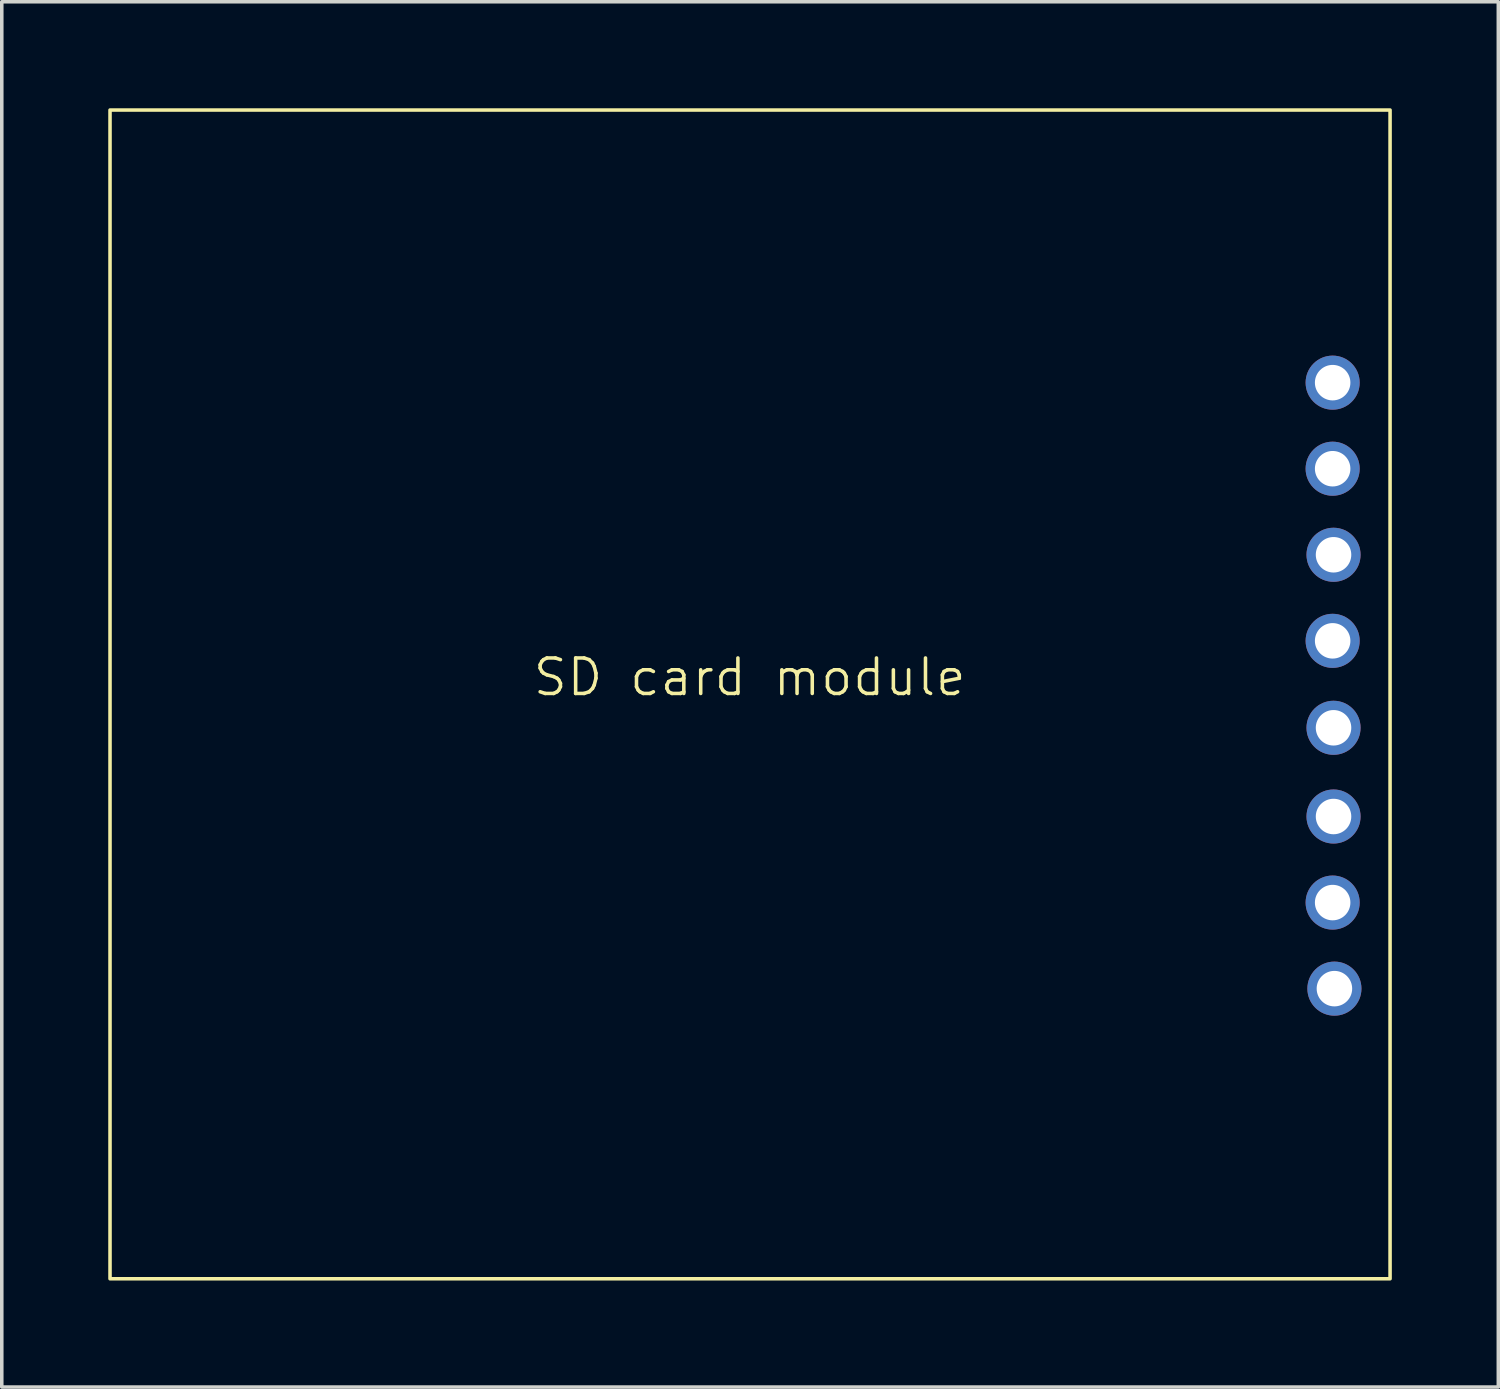
<source format=kicad_pcb>
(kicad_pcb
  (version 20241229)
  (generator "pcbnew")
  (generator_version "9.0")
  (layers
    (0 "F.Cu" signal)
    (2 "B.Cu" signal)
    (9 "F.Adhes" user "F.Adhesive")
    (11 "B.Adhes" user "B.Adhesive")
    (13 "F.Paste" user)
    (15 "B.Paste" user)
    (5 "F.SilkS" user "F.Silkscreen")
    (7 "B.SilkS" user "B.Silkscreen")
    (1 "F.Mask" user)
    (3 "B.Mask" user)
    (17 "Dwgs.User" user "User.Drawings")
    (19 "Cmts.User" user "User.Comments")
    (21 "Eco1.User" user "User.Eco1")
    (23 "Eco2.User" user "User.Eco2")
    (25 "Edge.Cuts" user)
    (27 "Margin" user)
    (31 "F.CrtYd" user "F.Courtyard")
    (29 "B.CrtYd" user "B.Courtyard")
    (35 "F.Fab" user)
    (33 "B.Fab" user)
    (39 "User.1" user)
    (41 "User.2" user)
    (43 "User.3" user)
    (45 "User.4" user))
  (footprint "SD card module"
    (layer "F.Cu")
    (at 18.075 16.532)
    (property "Reference" "SD card module" (at 0 -0.5 0) (unlocked yes) (layer "F.SilkS") (effects (font (size 1 1) (thickness 0.1))))
    (attr through_hole)
    (fp_rect (start -18.025 -16.482) (end 18.043 16.45) (stroke (width 0.1) (type default)) (fill no) (layer "F.SilkS"))
    (pad "1" thru_hole circle (at 16.425 -8.8) (size 1.524 1.524) (drill 1) (layers "*.Cu" "*.Mask"))
    (pad "2" thru_hole circle (at 16.425 -6.375) (size 1.524 1.524) (drill 1) (layers "*.Cu" "*.Mask"))
    (pad "3" thru_hole circle (at 16.45 -3.95) (size 1.524 1.524) (drill 1) (layers "*.Cu" "*.Mask"))
    (pad "4" thru_hole circle (at 16.425 -1.525) (size 1.524 1.524) (drill 1) (layers "*.Cu" "*.Mask"))
    (pad "5" thru_hole circle (at 16.45 0.925) (size 1.524 1.524) (drill 1) (layers "*.Cu" "*.Mask"))
    (pad "6" thru_hole circle (at 16.45 3.425) (size 1.524 1.524) (drill 1) (layers "*.Cu" "*.Mask"))
    (pad "7" thru_hole circle (at 16.425 5.85) (size 1.524 1.524) (drill 1) (layers "*.Cu" "*.Mask"))
    (pad "8" thru_hole circle (at 16.475 8.275) (size 1.524 1.524) (drill 1) (layers "*.Cu" "*.Mask")))
  (gr_rect
    (start -3 -3)
    (end 39.168 36.032)
    (stroke (width 0.1) (type default))
    (fill no)
    (layer "Edge.Cuts")))
</source>
